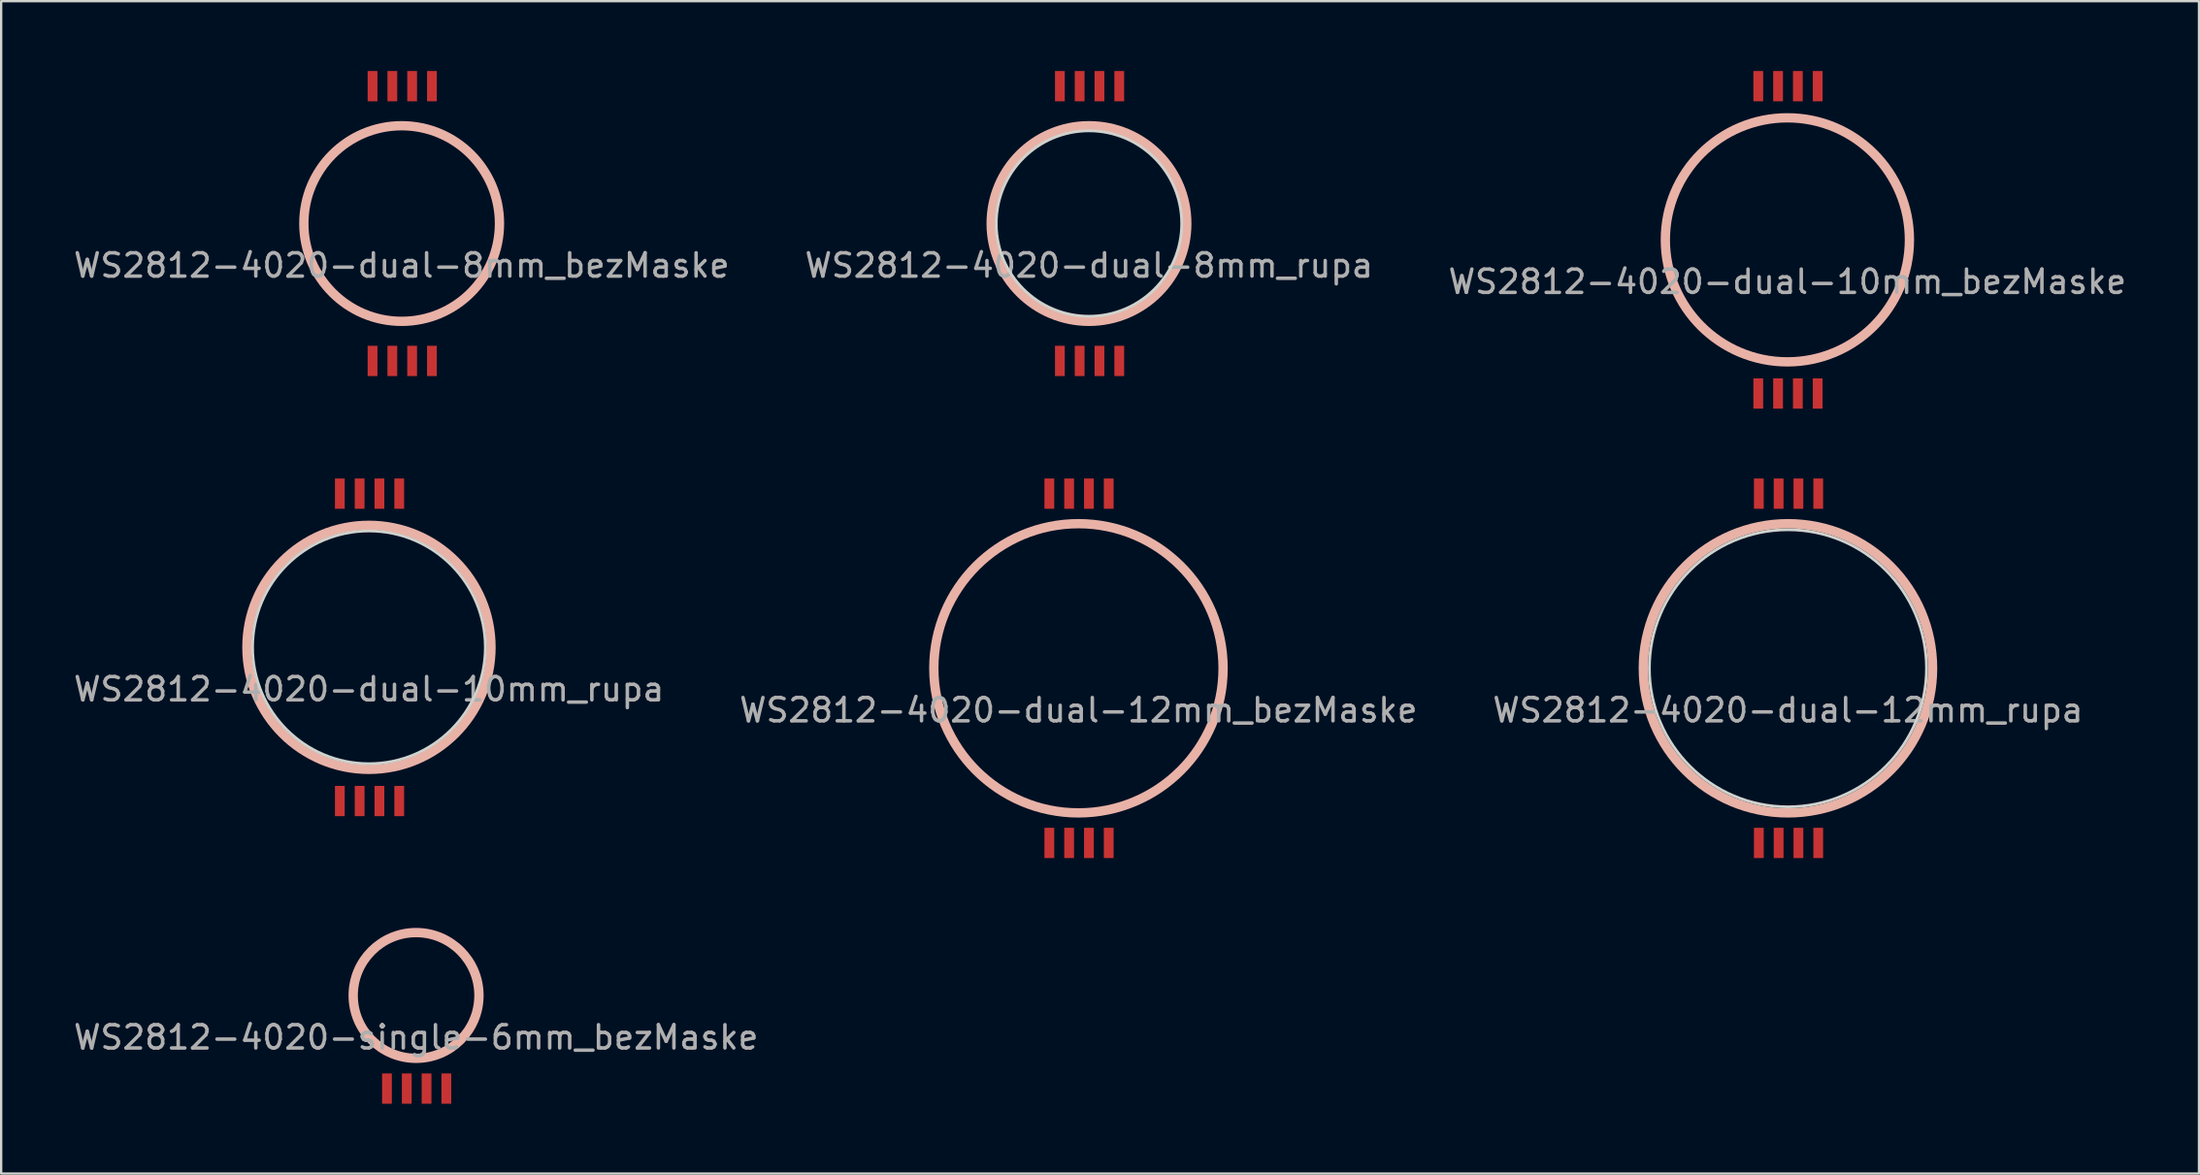
<source format=kicad_pcb>
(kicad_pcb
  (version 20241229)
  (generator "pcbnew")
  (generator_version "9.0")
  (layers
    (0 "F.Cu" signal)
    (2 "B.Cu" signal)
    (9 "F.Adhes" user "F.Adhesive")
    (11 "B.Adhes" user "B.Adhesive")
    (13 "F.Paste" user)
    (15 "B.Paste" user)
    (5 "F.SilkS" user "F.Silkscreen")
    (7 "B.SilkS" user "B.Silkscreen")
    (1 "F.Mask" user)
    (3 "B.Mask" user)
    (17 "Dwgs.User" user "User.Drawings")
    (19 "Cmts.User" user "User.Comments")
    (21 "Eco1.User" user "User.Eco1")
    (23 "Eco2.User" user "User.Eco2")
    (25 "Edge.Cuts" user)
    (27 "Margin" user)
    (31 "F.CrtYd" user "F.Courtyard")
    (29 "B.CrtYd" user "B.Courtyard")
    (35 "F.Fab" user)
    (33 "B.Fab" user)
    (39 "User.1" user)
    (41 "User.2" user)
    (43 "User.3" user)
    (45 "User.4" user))
  (footprint "WS2812-4020-single-6mm_bezMaske"
    (layer "F.Cu")
    (at 14.815 39.7)
    (property "Reference" "WS2812-4020-single-6mm_bezMaske" (at 0 1.8 0) (layer "F.Fab") (effects (font (size 1 1) (thickness 0.15))))
    (attr through_hole)
    (fp_circle (center 0 0) (end 2.35 0) (stroke (width 0.12) (type solid)) (fill yes) (layer "F.Mask"))
    (fp_circle (center 0 0) (end 2.35 0) (stroke (width 0.12) (type solid)) (fill yes) (layer "B.Mask"))
    (fp_circle (center 0 0) (end 2.7 0) (stroke (width 0.4) (type solid)) (fill no) (layer "B.SilkS"))
    (pad "1" smd rect (at 1.3 4) (size 0.42 1.3) (layers "F.Cu" "F.Mask" "F.Paste"))
    (pad "2" smd rect (at 0.45 4) (size 0.42 1.3) (layers "F.Cu" "F.Mask" "F.Paste"))
    (pad "3" smd rect (at -0.4 4) (size 0.42 1.3) (layers "F.Cu" "F.Mask" "F.Paste"))
    (pad "4" smd rect (at -1.25 4) (size 0.42 1.3) (layers "F.Cu" "F.Mask" "F.Paste"))
    (zone (net_name "") (layer "F.Cu") (hatch edge 0.508) (connect_pads) (min_thickness 0.254) (filled_areas_thickness no) (keepout (tracks not_allowed) (vias not_allowed) (pads not_allowed) (copperpour not_allowed) (footprints allowed)) (placement (enabled no)) (fill) (polygon (pts (xy 17.311 39.7) (xy 17.291 39.387) (xy 17.233 39.079) (xy 17.136 38.781) (xy 17.002 38.498) (xy 16.834 38.233) (xy 16.635 37.992) (xy 16.406 37.777) (xy 16.153 37.593) (xy 15.878 37.442) (xy 15.587 37.327) (xy 15.283 37.249) (xy 14.972 37.209) (xy 14.659 37.209) (xy 14.348 37.249) (xy 14.044 37.327) (xy 13.753 37.442) (xy 13.478 37.593) (xy 13.225 37.777) (xy 12.996 37.992) (xy 12.797 38.233) (xy 12.629 38.498) (xy 12.495 38.781) (xy 12.398 39.079) (xy 12.34 39.387) (xy 12.32 39.7) (xy 12.34 40.013) (xy 12.398 40.321) (xy 12.495 40.619) (xy 12.629 40.902) (xy 12.797 41.167) (xy 12.996 41.408) (xy 13.225 41.623) (xy 13.478 41.807) (xy 13.753 41.958) (xy 14.044 42.073) (xy 14.348 42.151) (xy 14.659 42.191) (xy 14.972 42.191) (xy 15.283 42.151) (xy 15.587 42.073) (xy 15.878 41.958) (xy 16.153 41.807) (xy 16.406 41.623) (xy 16.635 41.408) (xy 16.834 41.167) (xy 17.002 40.902) (xy 17.136 40.619) (xy 17.233 40.321) (xy 17.291 40.013))))
    (zone (net_name "") (layer "B.Cu") (hatch edge 0.508) (connect_pads) (min_thickness 0.254) (filled_areas_thickness no) (keepout (tracks not_allowed) (vias not_allowed) (pads not_allowed) (copperpour not_allowed) (footprints allowed)) (placement (enabled no)) (fill) (polygon (pts (xy 17.311 39.7) (xy 17.291 39.387) (xy 17.233 39.079) (xy 17.136 38.781) (xy 17.002 38.498) (xy 16.834 38.233) (xy 16.635 37.992) (xy 16.406 37.777) (xy 16.153 37.593) (xy 15.878 37.442) (xy 15.587 37.327) (xy 15.283 37.249) (xy 14.972 37.209) (xy 14.659 37.209) (xy 14.348 37.249) (xy 14.044 37.327) (xy 13.753 37.442) (xy 13.478 37.593) (xy 13.225 37.777) (xy 12.996 37.992) (xy 12.797 38.233) (xy 12.629 38.498) (xy 12.495 38.781) (xy 12.398 39.079) (xy 12.34 39.387) (xy 12.32 39.7) (xy 12.34 40.013) (xy 12.398 40.321) (xy 12.495 40.619) (xy 12.629 40.902) (xy 12.797 41.167) (xy 12.996 41.408) (xy 13.225 41.623) (xy 13.478 41.807) (xy 13.753 41.958) (xy 14.044 42.073) (xy 14.348 42.151) (xy 14.659 42.191) (xy 14.972 42.191) (xy 15.283 42.151) (xy 15.587 42.073) (xy 15.878 41.958) (xy 16.153 41.807) (xy 16.406 41.623) (xy 16.635 41.408) (xy 16.834 41.167) (xy 17.002 40.902) (xy 17.136 40.619) (xy 17.233 40.321) (xy 17.291 40.013)))))
  (footprint "WS2812-4020-dual-10mm_rupa"
    (layer "F.Cu")
    (at 12.792 24.75)
    (property "Reference" "WS2812-4020-dual-10mm_rupa" (at 0 1.8 0) (layer "F.Fab") (effects (font (size 1 1) (thickness 0.15))))
    (attr through_hole)
    (fp_circle (center 0 0) (end 5.24 0) (stroke (width 0.4) (type solid)) (fill no) (layer "B.SilkS"))
    (fp_circle (center 0 0) (end 1.7 -4.7) (stroke (width 0.12) (type solid)) (fill no) (layer "Edge.Cuts"))
    (pad "1" smd rect (at 1.3 6.6) (size 0.42 1.3) (layers "F.Cu" "F.Mask" "F.Paste"))
    (pad "2" smd rect (at -0.4 -6.6) (size 0.42 1.3) (layers "F.Cu" "F.Mask" "F.Paste"))
    (pad "2" smd rect (at 0.45 6.6) (size 0.42 1.3) (layers "F.Cu" "F.Mask" "F.Paste"))
    (pad "3" smd rect (at -1.25 -6.6) (size 0.42 1.3) (layers "F.Cu" "F.Mask" "F.Paste"))
    (pad "3" smd rect (at -0.4 6.6) (size 0.42 1.3) (layers "F.Cu" "F.Mask" "F.Paste"))
    (pad "4" smd rect (at -1.25 6.6) (size 0.42 1.3) (layers "F.Cu" "F.Mask" "F.Paste"))
    (pad "4" smd rect (at 1.3 -6.6) (size 0.42 1.3) (layers "F.Cu" "F.Mask" "F.Paste"))
    (pad "5" smd rect (at 0.45 -6.6) (size 0.42 1.3) (layers "F.Cu" "F.Mask" "F.Paste")))
  (footprint "WS2812-4020-dual-10mm_bezMaske"
    (layer "F.Cu")
    (at 73.696 7.25)
    (property "Reference" "WS2812-4020-dual-10mm_bezMaske" (at 0 1.8 0) (layer "F.Fab") (effects (font (size 1 1) (thickness 0.15))))
    (attr through_hole)
    (fp_circle (center 0 0) (end 2.5 0) (stroke (width 5) (type solid)) (fill no) (layer "F.Mask"))
    (fp_circle (center 0 0) (end 2.5 0) (stroke (width 5) (type solid)) (fill no) (layer "B.Mask"))
    (fp_circle (center 0 0) (end 5.24 0) (stroke (width 0.4) (type solid)) (fill no) (layer "B.SilkS"))
    (pad "1" smd rect (at 1.3 6.6) (size 0.42 1.3) (layers "F.Cu" "F.Mask" "F.Paste"))
    (pad "2" smd rect (at -0.4 -6.6) (size 0.42 1.3) (layers "F.Cu" "F.Mask" "F.Paste"))
    (pad "2" smd rect (at 0.45 6.6) (size 0.42 1.3) (layers "F.Cu" "F.Mask" "F.Paste"))
    (pad "3" smd rect (at -1.25 -6.6) (size 0.42 1.3) (layers "F.Cu" "F.Mask" "F.Paste"))
    (pad "3" smd rect (at -0.4 6.6) (size 0.42 1.3) (layers "F.Cu" "F.Mask" "F.Paste"))
    (pad "4" smd rect (at -1.25 6.6) (size 0.42 1.3) (layers "F.Cu" "F.Mask" "F.Paste"))
    (pad "4" smd rect (at 1.3 -6.6) (size 0.42 1.3) (layers "F.Cu" "F.Mask" "F.Paste"))
    (pad "5" smd rect (at 0.45 -6.6) (size 0.42 1.3) (layers "F.Cu" "F.Mask" "F.Paste"))
    (zone (net_name "") (layers "F.Cu" "B.Cu") (hatch edge 0.508) (connect_pads) (min_thickness 0.254) (filled_areas_thickness no) (keepout (tracks not_allowed) (vias not_allowed) (pads not_allowed) (copperpour not_allowed) (footprints not_allowed)) (placement (enabled no)) (fill) (polygon (pts (xy 74.001 2.26) (xy 74.221 2.28) (xy 74.381 2.3) (xy 74.501 2.32) (xy 74.611 2.34) (xy 74.761 2.37) (xy 74.961 2.42) (xy 75.101 2.46) (xy 75.201 2.49) (xy 75.291 2.52) (xy 75.401 2.56) (xy 75.581 2.63) (xy 75.701 2.68) (xy 75.831 2.74) (xy 75.911 2.78) (xy 76.081 2.87) (xy 76.241 2.96) (xy 76.381 3.05) (xy 76.561 3.17) (xy 76.711 3.28) (xy 76.911 3.44) (xy 77.081 3.59) (xy 77.311 3.82) (xy 77.511 4.05) (xy 77.641 4.21) (xy 77.801 4.43) (xy 77.911 4.6) (xy 78.031 4.8) (xy 78.111 4.95) (xy 78.181 5.09) (xy 78.241 5.22) (xy 78.301 5.36) (xy 78.351 5.49) (xy 78.391 5.6) (xy 78.471 5.85) (xy 78.531 6.07) (xy 78.581 6.3) (xy 78.601 6.41) (xy 78.631 6.62) (xy 78.661 6.91) (xy 78.671 7.15) (xy 78.671 7.4) (xy 78.651 7.7) (xy 78.621 7.96) (xy 78.561 8.28) (xy 78.431 8.77) (xy 78.151 9.47) (xy 77.761 10.13) (xy 77.191 10.8) (xy 76.511 11.37) (xy 75.651 11.84) (xy 74.961 12.08) (xy 74.611 12.16) (xy 74.251 12.22) (xy 73.981 12.24) (xy 73.671 12.25) (xy 73.201 12.23) (xy 72.721 12.16) (xy 72.261 12.05) (xy 71.901 11.93) (xy 71.471 11.74) (xy 70.911 11.42) (xy 70.471 11.09) (xy 70.151 10.8) (xy 69.771 10.38) (xy 69.451 9.93) (xy 69.161 9.41) (xy 68.961 8.93) (xy 68.791 8.32) (xy 68.711 7.88) (xy 68.671 7.31) (xy 68.701 6.73) (xy 68.771 6.25) (xy 68.891 5.77) (xy 69.081 5.27) (xy 69.301 4.81) (xy 69.561 4.4) (xy 69.881 3.99) (xy 70.331 3.53) (xy 70.801 3.16) (xy 71.281 2.86) (xy 71.851 2.59) (xy 72.451 2.4) (xy 72.851 2.32) (xy 73.321 2.26) (xy 73.671 2.25) (xy 73.751 2.25)))))
  (footprint "WS2812-4020-dual-8mm_bezMaske"
    (layer "F.Cu")
    (at 14.196 6.55)
    (property "Reference" "WS2812-4020-dual-8mm_bezMaske" (at 0 1.8 0) (layer "F.Fab") (effects (font (size 1 1) (thickness 0.15))))
    (attr through_hole)
    (fp_circle (center 0 0) (end 2 0) (stroke (width 4) (type solid)) (fill no) (layer "F.Mask"))
    (fp_circle (center 0 0) (end 2 0) (stroke (width 4) (type solid)) (fill no) (layer "B.Mask"))
    (fp_circle (center 0 0) (end 4.2 0) (stroke (width 0.4) (type solid)) (fill no) (layer "B.SilkS"))
    (pad "1" smd rect (at 1.3 5.9) (size 0.42 1.3) (layers "F.Cu" "F.Mask" "F.Paste"))
    (pad "2" smd rect (at -0.4 -5.9) (size 0.42 1.3) (layers "F.Cu" "F.Mask" "F.Paste"))
    (pad "2" smd rect (at 0.45 5.9) (size 0.42 1.3) (layers "F.Cu" "F.Mask" "F.Paste"))
    (pad "3" smd rect (at -1.25 -5.9) (size 0.42 1.3) (layers "F.Cu" "F.Mask" "F.Paste"))
    (pad "3" smd rect (at -0.4 5.9) (size 0.42 1.3) (layers "F.Cu" "F.Mask" "F.Paste"))
    (pad "4" smd rect (at -1.25 5.9) (size 0.42 1.3) (layers "F.Cu" "F.Mask" "F.Paste"))
    (pad "4" smd rect (at 1.3 -5.9) (size 0.42 1.3) (layers "F.Cu" "F.Mask" "F.Paste"))
    (pad "5" smd rect (at 0.45 -5.9) (size 0.42 1.3) (layers "F.Cu" "F.Mask" "F.Paste"))
    (zone (net_name "") (layers "F.Cu" "B.Cu") (hatch edge 0.508) (connect_pads) (min_thickness 0.254) (filled_areas_thickness no) (keepout (tracks not_allowed) (vias not_allowed) (pads not_allowed) (copperpour not_allowed) (footprints not_allowed)) (placement (enabled no)) (fill) (polygon (pts (xy 14.436 2.56) (xy 14.836 2.61) (xy 15.196 2.68) (xy 15.636 2.82) (xy 16.126 3.04) (xy 16.506 3.28) (xy 16.906 3.61) (xy 17.276 3.99) (xy 17.556 4.36) (xy 17.756 4.73) (xy 17.906 5.06) (xy 18.066 5.52) (xy 18.156 5.97) (xy 18.196 6.56) (xy 18.156 7.12) (xy 18.006 7.77) (xy 17.826 8.23) (xy 17.666 8.54) (xy 17.406 8.94) (xy 17.086 9.32) (xy 16.706 9.66) (xy 16.296 9.96) (xy 15.726 10.25) (xy 15.286 10.4) (xy 14.776 10.51) (xy 14.356 10.55) (xy 13.956 10.54) (xy 13.566 10.5) (xy 13.126 10.41) (xy 12.676 10.25) (xy 12.296 10.07) (xy 12.016 9.9) (xy 11.746 9.71) (xy 11.506 9.51) (xy 11.246 9.26) (xy 10.916 8.84) (xy 10.716 8.53) (xy 10.536 8.17) (xy 10.396 7.81) (xy 10.286 7.4) (xy 10.256 7.23) (xy 10.216 6.96) (xy 10.196 6.67) (xy 10.196 6.4) (xy 10.216 6.16) (xy 10.266 5.8) (xy 10.366 5.4) (xy 10.446 5.15) (xy 10.606 4.78) (xy 10.826 4.39) (xy 11.076 4.05) (xy 11.216 3.88) (xy 11.626 3.48) (xy 12.036 3.19) (xy 12.316 3.02) (xy 12.746 2.82) (xy 13.056 2.72) (xy 13.506 2.61) (xy 13.926 2.56) (xy 14.196 2.55)))))
  (footprint "WS2812-4020-dual-12mm_rupa"
    (layer "F.Cu")
    (at 73.72 25.65)
    (property "Reference" "WS2812-4020-dual-12mm_rupa" (at 0 1.8 0) (layer "F.Fab") (effects (font (size 1 1) (thickness 0.15))))
    (attr through_hole)
    (fp_circle (center 0 0) (end 6.21 0) (stroke (width 0.4) (type solid)) (fill no) (layer "B.SilkS"))
    (fp_circle (center 0 0) (end 5.95 0) (stroke (width 0.12) (type solid)) (fill no) (layer "Edge.Cuts"))
    (pad "1" smd rect (at 1.3 7.5) (size 0.42 1.3) (layers "F.Cu" "F.Mask" "F.Paste"))
    (pad "2" smd rect (at -0.4 -7.5) (size 0.42 1.3) (layers "F.Cu" "F.Mask" "F.Paste"))
    (pad "2" smd rect (at 0.45 7.5) (size 0.42 1.3) (layers "F.Cu" "F.Mask" "F.Paste"))
    (pad "3" smd rect (at -1.25 -7.5) (size 0.42 1.3) (layers "F.Cu" "F.Mask" "F.Paste"))
    (pad "3" smd rect (at -0.4 7.5) (size 0.42 1.3) (layers "F.Cu" "F.Mask" "F.Paste"))
    (pad "4" smd rect (at -1.25 7.5) (size 0.42 1.3) (layers "F.Cu" "F.Mask" "F.Paste"))
    (pad "4" smd rect (at 1.3 -7.5) (size 0.42 1.3) (layers "F.Cu" "F.Mask" "F.Paste"))
    (pad "5" smd rect (at 0.45 -7.5) (size 0.42 1.3) (layers "F.Cu" "F.Mask" "F.Paste")))
  (footprint "WS2812-4020-dual-8mm_rupa"
    (layer "F.Cu")
    (at 43.708 6.55)
    (property "Reference" "WS2812-4020-dual-8mm_rupa" (at 0 1.8 0) (layer "F.Fab") (effects (font (size 1 1) (thickness 0.15))))
    (attr through_hole)
    (fp_circle (center 0 0) (end 4.2 0) (stroke (width 0.4) (type solid)) (fill no) (layer "B.SilkS"))
    (fp_circle (center 0 0) (end 2.5 -3.1) (stroke (width 0.12) (type solid)) (fill no) (layer "Edge.Cuts"))
    (pad "1" smd rect (at 1.3 5.9) (size 0.42 1.3) (layers "F.Cu" "F.Mask" "F.Paste"))
    (pad "2" smd rect (at -0.4 -5.9) (size 0.42 1.3) (layers "F.Cu" "F.Mask" "F.Paste"))
    (pad "2" smd rect (at 0.45 5.9) (size 0.42 1.3) (layers "F.Cu" "F.Mask" "F.Paste"))
    (pad "3" smd rect (at -1.25 -5.9) (size 0.42 1.3) (layers "F.Cu" "F.Mask" "F.Paste"))
    (pad "3" smd rect (at -0.4 5.9) (size 0.42 1.3) (layers "F.Cu" "F.Mask" "F.Paste"))
    (pad "4" smd rect (at -1.25 5.9) (size 0.42 1.3) (layers "F.Cu" "F.Mask" "F.Paste"))
    (pad "4" smd rect (at 1.3 -5.9) (size 0.42 1.3) (layers "F.Cu" "F.Mask" "F.Paste"))
    (pad "5" smd rect (at 0.45 -5.9) (size 0.42 1.3) (layers "F.Cu" "F.Mask" "F.Paste")))
  (footprint "WS2812-4020-dual-12mm_bezMaske"
    (layer "F.Cu")
    (at 43.256 25.65)
    (property "Reference" "WS2812-4020-dual-12mm_bezMaske" (at 0 1.8 0) (layer "F.Fab") (effects (font (size 1 1) (thickness 0.15))))
    (attr through_hole)
    (fp_circle (center 0 0) (end 3 0) (stroke (width 6) (type solid)) (fill no) (layer "F.Mask"))
    (fp_circle (center 0 0) (end 3 0) (stroke (width 6) (type solid)) (fill no) (layer "B.Mask"))
    (fp_circle (center 0 0) (end 6.21 0) (stroke (width 0.4) (type solid)) (fill no) (layer "B.SilkS"))
    (pad "1" smd rect (at 1.3 7.5) (size 0.42 1.3) (layers "F.Cu" "F.Mask" "F.Paste"))
    (pad "2" smd rect (at -0.4 -7.5) (size 0.42 1.3) (layers "F.Cu" "F.Mask" "F.Paste"))
    (pad "2" smd rect (at 0.45 7.5) (size 0.42 1.3) (layers "F.Cu" "F.Mask" "F.Paste"))
    (pad "3" smd rect (at -1.25 -7.5) (size 0.42 1.3) (layers "F.Cu" "F.Mask" "F.Paste"))
    (pad "3" smd rect (at -0.4 7.5) (size 0.42 1.3) (layers "F.Cu" "F.Mask" "F.Paste"))
    (pad "4" smd rect (at -1.25 7.5) (size 0.42 1.3) (layers "F.Cu" "F.Mask" "F.Paste"))
    (pad "4" smd rect (at 1.3 -7.5) (size 0.42 1.3) (layers "F.Cu" "F.Mask" "F.Paste"))
    (pad "5" smd rect (at 0.45 -7.5) (size 0.42 1.3) (layers "F.Cu" "F.Mask" "F.Paste"))
    (zone (net_name "") (layers "F.Cu" "B.Cu") (hatch edge 0.508) (connect_pads) (min_thickness 0.254) (filled_areas_thickness no) (keepout (tracks not_allowed) (vias not_allowed) (pads not_allowed) (copperpour not_allowed) (footprints not_allowed)) (placement (enabled no)) (fill) (polygon (pts (xy 43.555 19.66) (xy 43.845 19.68) (xy 44.286 19.74) (xy 44.676 19.82) (xy 45.196 19.97) (xy 45.816 20.22) (xy 46.466 20.58) (xy 46.846 20.84) (xy 47.276 21.2) (xy 47.616 21.53) (xy 48.036 22.02) (xy 48.446 22.63) (xy 48.746 23.22) (xy 49.006 23.93) (xy 49.126 24.42) (xy 49.236 25.16) (xy 49.256 25.45) (xy 49.246 25.95) (xy 49.186 26.59) (xy 49.046 27.23) (xy 48.846 27.83) (xy 48.626 28.33) (xy 48.326 28.86) (xy 48.116 29.17) (xy 47.996 29.33) (xy 47.596 29.79) (xy 47.246 30.13) (xy 46.986 30.35) (xy 46.676 30.58) (xy 46.436 30.74) (xy 46.216 30.87) (xy 45.956 31.01) (xy 45.676 31.14) (xy 45.306 31.29) (xy 45.096 31.36) (xy 44.936 31.41) (xy 44.636 31.49) (xy 44.396 31.54) (xy 44.106 31.59) (xy 43.866 31.62) (xy 43.586 31.64) (xy 43.286 31.65) (xy 43.146 31.65) (xy 42.776 31.63) (xy 42.556 31.61) (xy 42.406 31.59) (xy 42.276 31.57) (xy 42.166 31.55) (xy 41.916 31.5) (xy 41.756 31.46) (xy 41.546 31.4) (xy 41.326 31.33) (xy 41.106 31.25) (xy 40.886 31.16) (xy 40.666 31.06) (xy 40.406 30.93) (xy 40.226 30.83) (xy 40.016 30.7) (xy 39.806 30.56) (xy 39.626 30.43) (xy 39.466 30.3) (xy 39.256 30.12) (xy 38.836 29.71) (xy 38.396 29.17) (xy 38.076 28.68) (xy 37.766 28.07) (xy 37.536 27.46) (xy 37.386 26.9) (xy 37.296 26.37) (xy 37.256 25.69) (xy 37.276 25.2) (xy 37.336 24.67) (xy 37.456 24.12) (xy 37.636 23.55) (xy 37.856 23.04) (xy 38.036 22.69) (xy 38.396 22.13) (xy 38.776 21.66) (xy 39.306 21.13) (xy 39.806 20.75) (xy 40.016 20.6) (xy 40.516 20.31) (xy 40.886 20.14) (xy 41.216 20.01) (xy 41.636 19.87) (xy 41.846 19.82) (xy 42.216 19.74) (xy 42.616 19.68) (xy 42.976 19.66) (xy 43.256 19.65)))))
  (gr_rect
    (start -3 -3)
    (end 91.369 47.35)
    (stroke (width 0.1) (type default))
    (fill no)
    (layer "Edge.Cuts")))
</source>
